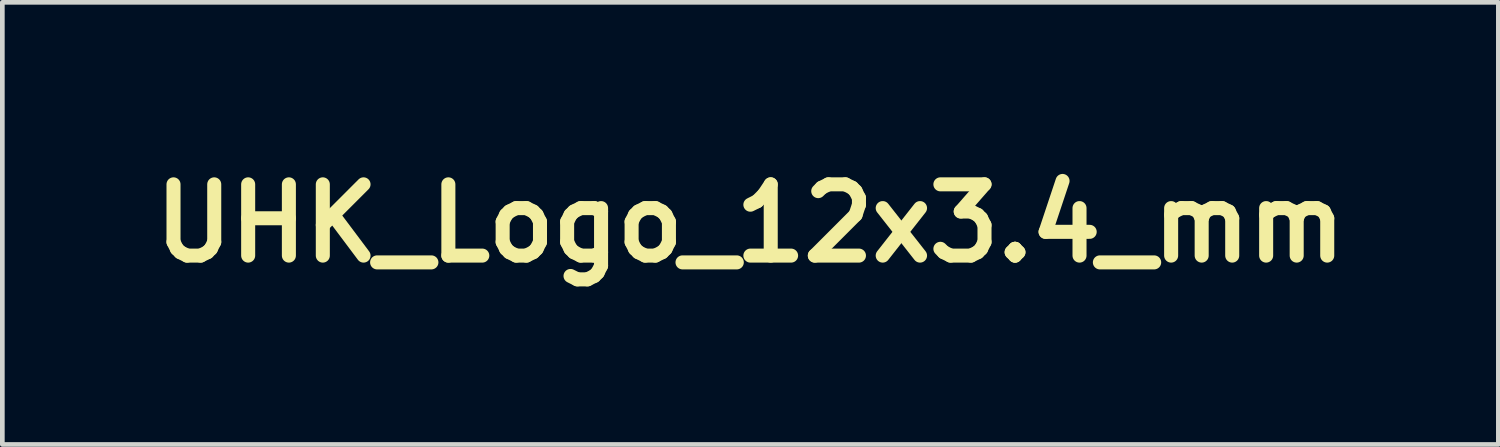
<source format=kicad_pcb>
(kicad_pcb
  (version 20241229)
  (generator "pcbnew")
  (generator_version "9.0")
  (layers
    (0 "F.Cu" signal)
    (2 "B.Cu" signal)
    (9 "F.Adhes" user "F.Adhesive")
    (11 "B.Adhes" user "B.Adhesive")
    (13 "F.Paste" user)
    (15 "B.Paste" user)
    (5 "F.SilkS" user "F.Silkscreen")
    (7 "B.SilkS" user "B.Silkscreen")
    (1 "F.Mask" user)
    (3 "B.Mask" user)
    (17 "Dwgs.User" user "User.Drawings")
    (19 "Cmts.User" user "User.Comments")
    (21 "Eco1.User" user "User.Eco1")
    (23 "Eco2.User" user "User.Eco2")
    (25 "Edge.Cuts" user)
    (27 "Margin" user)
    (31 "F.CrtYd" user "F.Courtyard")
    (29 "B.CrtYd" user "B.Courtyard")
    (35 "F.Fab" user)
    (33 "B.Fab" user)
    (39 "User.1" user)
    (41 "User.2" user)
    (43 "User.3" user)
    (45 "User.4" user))
  (footprint "UHK_Logo_12x3.4_mm"
    (layer "F.Cu")
    (at 12.998 1.727)
    (property "Reference" "UHK_Logo_12x3.4_mm" (at 0 0 0) (layer "F.SilkS") (effects (font (size 1.524 1.524) (thickness 0.3))))
    (attr exclude_from_pos_files exclude_from_bom)
    (fp_poly (pts (xy 2.517 -0.878) (xy 2.388 -0.878) (xy 2.388 -1.475) (xy 2.517 -1.475) (xy 2.517 -0.878)) (stroke (width 0.01) (type solid)) (fill yes) (layer "F.Mask"))
    (fp_poly (pts (xy 2.528 -1.557) (xy 2.376 -1.557) (xy 2.376 -1.721) (xy 2.528 -1.721) (xy 2.528 -1.557)) (stroke (width 0.01) (type solid)) (fill yes) (layer "F.Mask"))
    (fp_poly (pts (xy 3.675 0.328) (xy 3.558 0.328) (xy 3.558 -0.281) (xy 3.675 -0.281) (xy 3.675 0.328)) (stroke (width 0.01) (type solid)) (fill yes) (layer "F.Mask"))
    (fp_poly (pts (xy 3.687 -0.363) (xy 3.535 -0.363) (xy 3.535 -0.515) (xy 3.687 -0.515) (xy 3.687 -0.363)) (stroke (width 0.01) (type solid)) (fill yes) (layer "F.Mask"))
    (fp_poly (pts (xy 1.887 -1.718) (xy 1.949 -1.715) (xy 1.955 -0.878) (xy 1.826 -0.878) (xy 1.826 -1.722) (xy 1.887 -1.718)) (stroke (width 0.01) (type solid)) (fill yes) (layer "F.Mask"))
    (fp_poly (pts (xy 1.206 -0.187) (xy 1.557 -0.187) (xy 1.557 -0.515) (xy 1.686 -0.515) (xy 1.686 0.328) (xy 1.557 0.328) (xy 1.557 -0.059) (xy 1.206 -0.059) (xy 1.206 0.328) (xy 1.077 0.328) (xy 1.077 -0.515) (xy 1.206 -0.515) (xy 1.206 -0.187)) (stroke (width 0.01) (type solid)) (fill yes) (layer "F.Mask"))
    (fp_poly (pts (xy 5.373 1.042) (xy 5.315 1.042) (xy 5.284 1.042) (xy 5.261 1.046) (xy 5.244 1.056) (xy 5.233 1.074) (xy 5.226 1.104) (xy 5.222 1.149) (xy 5.221 1.211) (xy 5.22 1.294) (xy 5.22 1.522) (xy 5.103 1.522) (xy 5.103 1.281) (xy 5.104 1.187) (xy 5.106 1.115) (xy 5.11 1.06) (xy 5.116 1.019) (xy 5.127 0.99) (xy 5.141 0.969) (xy 5.16 0.954) (xy 5.179 0.943) (xy 5.217 0.932) (xy 5.269 0.925) (xy 5.295 0.925) (xy 5.373 0.925) (xy 5.373 1.042)) (stroke (width 0.01) (type solid)) (fill yes) (layer "F.Mask"))
    (fp_poly (pts (xy 3.011 -1.475) (xy 3.091 -1.473) (xy 3.153 -1.47) (xy 3.2 -1.465) (xy 3.234 -1.457) (xy 3.259 -1.446) (xy 3.277 -1.431) (xy 3.291 -1.411) (xy 3.302 -1.388) (xy 3.31 -1.368) (xy 3.315 -1.345) (xy 3.319 -1.316) (xy 3.322 -1.275) (xy 3.323 -1.22) (xy 3.324 -1.147) (xy 3.324 -1.109) (xy 3.324 -0.878) (xy 3.196 -0.878) (xy 3.19 -1.34) (xy 3.032 -1.347) (xy 3.032 -0.878) (xy 2.915 -0.878) (xy 2.915 -1.346) (xy 2.751 -1.346) (xy 2.751 -0.878) (xy 2.622 -0.878) (xy 2.622 -1.475) (xy 2.91 -1.475) (xy 3.011 -1.475)) (stroke (width 0.01) (type solid)) (fill yes) (layer "F.Mask"))
    (fp_poly (pts (xy 3.093 -0.307) (xy 3.096 -0.099) (xy 3.191 -0.191) (xy 3.286 -0.282) (xy 3.378 -0.279) (xy 3.469 -0.275) (xy 3.303 -0.129) (xy 3.251 -0.083) (xy 3.206 -0.042) (xy 3.17 -0.009) (xy 3.146 0.014) (xy 3.137 0.024) (xy 3.137 0.024) (xy 3.145 0.034) (xy 3.169 0.056) (xy 3.204 0.089) (xy 3.249 0.13) (xy 3.301 0.175) (xy 3.303 0.177) (xy 3.468 0.322) (xy 3.378 0.325) (xy 3.288 0.329) (xy 3.192 0.239) (xy 3.096 0.15) (xy 3.09 0.236) (xy 3.084 0.322) (xy 2.961 0.329) (xy 2.961 -0.515) (xy 3.09 -0.515) (xy 3.093 -0.307)) (stroke (width 0.01) (type solid)) (fill yes) (layer "F.Mask"))
    (fp_poly (pts (xy 4.012 -0.279) (xy 4.105 -0.277) (xy 4.178 -0.273) (xy 4.235 -0.265) (xy 4.277 -0.25) (xy 4.306 -0.226) (xy 4.325 -0.19) (xy 4.336 -0.139) (xy 4.341 -0.072) (xy 4.343 0.014) (xy 4.343 0.087) (xy 4.343 0.328) (xy 4.227 0.328) (xy 4.223 0.099) (xy 4.222 0.018) (xy 4.22 -0.043) (xy 4.217 -0.086) (xy 4.214 -0.115) (xy 4.209 -0.132) (xy 4.203 -0.14) (xy 4.202 -0.141) (xy 4.184 -0.145) (xy 4.148 -0.149) (xy 4.099 -0.151) (xy 4.047 -0.152) (xy 3.909 -0.152) (xy 3.909 0.328) (xy 3.792 0.328) (xy 3.792 -0.283) (xy 4.012 -0.279)) (stroke (width 0.01) (type solid)) (fill yes) (layer "F.Mask"))
    (fp_poly (pts (xy 2.201 -1.475) (xy 2.306 -1.475) (xy 2.306 -1.346) (xy 2.201 -1.346) (xy 2.201 -0.878) (xy 2.084 -0.878) (xy 2.084 -1.111) (xy 2.083 -1.19) (xy 2.083 -1.249) (xy 2.082 -1.291) (xy 2.079 -1.319) (xy 2.076 -1.335) (xy 2.071 -1.344) (xy 2.063 -1.348) (xy 2.06 -1.349) (xy 2.046 -1.357) (xy 2.039 -1.374) (xy 2.037 -1.408) (xy 2.037 -1.415) (xy 2.038 -1.451) (xy 2.043 -1.469) (xy 2.054 -1.475) (xy 2.06 -1.475) (xy 2.07 -1.477) (xy 2.077 -1.485) (xy 2.081 -1.504) (xy 2.084 -1.537) (xy 2.086 -1.59) (xy 2.086 -1.595) (xy 2.089 -1.715) (xy 2.145 -1.718) (xy 2.201 -1.722) (xy 2.201 -1.475)) (stroke (width 0.01) (type solid)) (fill yes) (layer "F.Mask"))
    (fp_poly (pts (xy 4.214 -1.475) (xy 4.319 -1.475) (xy 4.319 -1.346) (xy 4.214 -1.346) (xy 4.214 -0.878) (xy 4.097 -0.878) (xy 4.097 -1.111) (xy 4.097 -1.19) (xy 4.096 -1.249) (xy 4.095 -1.291) (xy 4.093 -1.319) (xy 4.089 -1.335) (xy 4.084 -1.344) (xy 4.077 -1.348) (xy 4.073 -1.349) (xy 4.059 -1.357) (xy 4.052 -1.374) (xy 4.05 -1.408) (xy 4.05 -1.415) (xy 4.051 -1.451) (xy 4.056 -1.469) (xy 4.067 -1.475) (xy 4.073 -1.475) (xy 4.083 -1.477) (xy 4.09 -1.485) (xy 4.095 -1.504) (xy 4.097 -1.537) (xy 4.099 -1.59) (xy 4.099 -1.595) (xy 4.103 -1.715) (xy 4.158 -1.718) (xy 4.214 -1.722) (xy 4.214 -1.475)) (stroke (width 0.01) (type solid)) (fill yes) (layer "F.Mask"))
    (fp_poly (pts (xy 1.206 0.831) (xy 1.206 0.888) (xy 1.208 0.935) (xy 1.211 0.968) (xy 1.214 0.982) (xy 1.214 0.983) (xy 1.226 0.976) (xy 1.253 0.956) (xy 1.292 0.927) (xy 1.342 0.889) (xy 1.398 0.845) (xy 1.416 0.831) (xy 1.609 0.679) (xy 1.706 0.679) (xy 1.75 0.679) (xy 1.784 0.681) (xy 1.801 0.682) (xy 1.803 0.683) (xy 1.794 0.691) (xy 1.768 0.711) (xy 1.729 0.742) (xy 1.678 0.781) (xy 1.618 0.827) (xy 1.55 0.879) (xy 1.534 0.891) (xy 1.465 0.943) (xy 1.403 0.991) (xy 1.349 1.033) (xy 1.307 1.066) (xy 1.278 1.09) (xy 1.265 1.101) (xy 1.265 1.102) (xy 1.274 1.111) (xy 1.299 1.132) (xy 1.338 1.164) (xy 1.389 1.204) (xy 1.449 1.25) (xy 1.516 1.302) (xy 1.53 1.313) (xy 1.797 1.516) (xy 1.7 1.519) (xy 1.603 1.523) (xy 1.407 1.371) (xy 1.211 1.219) (xy 1.208 1.37) (xy 1.205 1.522) (xy 1.077 1.522) (xy 1.077 0.679) (xy 1.206 0.679) (xy 1.206 0.831)) (stroke (width 0.01) (type solid)) (fill yes) (layer "F.Mask"))
    (fp_poly (pts (xy 2.879 -0.152) (xy 2.73 -0.152) (xy 2.655 -0.151) (xy 2.602 -0.148) (xy 2.572 -0.142) (xy 2.566 -0.138) (xy 2.559 -0.12) (xy 2.554 -0.079) (xy 2.552 -0.017) (xy 2.552 0.03) (xy 2.552 0.095) (xy 2.554 0.139) (xy 2.557 0.168) (xy 2.561 0.184) (xy 2.569 0.191) (xy 2.57 0.192) (xy 2.589 0.195) (xy 2.625 0.197) (xy 2.675 0.198) (xy 2.732 0.199) (xy 2.734 0.199) (xy 2.879 0.199) (xy 2.879 0.328) (xy 2.719 0.327) (xy 2.648 0.327) (xy 2.597 0.325) (xy 2.559 0.32) (xy 2.531 0.314) (xy 2.511 0.306) (xy 2.483 0.292) (xy 2.463 0.275) (xy 2.448 0.253) (xy 2.438 0.221) (xy 2.432 0.177) (xy 2.43 0.116) (xy 2.429 0.037) (xy 2.429 0.023) (xy 2.429 -0.057) (xy 2.431 -0.118) (xy 2.436 -0.163) (xy 2.444 -0.195) (xy 2.456 -0.219) (xy 2.473 -0.236) (xy 2.496 -0.252) (xy 2.497 -0.253) (xy 2.516 -0.262) (xy 2.539 -0.268) (xy 2.571 -0.273) (xy 2.617 -0.276) (xy 2.681 -0.278) (xy 2.707 -0.279) (xy 2.879 -0.283) (xy 2.879 -0.152)) (stroke (width 0.01) (type solid)) (fill yes) (layer "F.Mask"))
    (fp_poly (pts (xy 2.622 1.146) (xy 2.622 1.231) (xy 2.623 1.294) (xy 2.627 1.34) (xy 2.637 1.371) (xy 2.653 1.39) (xy 2.679 1.4) (xy 2.716 1.404) (xy 2.766 1.405) (xy 2.8 1.405) (xy 2.926 1.405) (xy 2.926 0.925) (xy 3.055 0.925) (xy 3.055 1.255) (xy 3.055 1.354) (xy 3.054 1.432) (xy 3.053 1.492) (xy 3.051 1.537) (xy 3.049 1.571) (xy 3.045 1.595) (xy 3.04 1.612) (xy 3.035 1.626) (xy 3.016 1.658) (xy 2.994 1.682) (xy 2.967 1.698) (xy 2.928 1.708) (xy 2.875 1.714) (xy 2.802 1.718) (xy 2.798 1.718) (xy 2.645 1.724) (xy 2.645 1.592) (xy 2.772 1.592) (xy 2.836 1.591) (xy 2.88 1.587) (xy 2.907 1.579) (xy 2.921 1.567) (xy 2.926 1.548) (xy 2.926 1.544) (xy 2.924 1.536) (xy 2.915 1.53) (xy 2.896 1.526) (xy 2.864 1.523) (xy 2.814 1.521) (xy 2.757 1.52) (xy 2.587 1.516) (xy 2.55 1.479) (xy 2.533 1.459) (xy 2.519 1.435) (xy 2.509 1.406) (xy 2.502 1.367) (xy 2.498 1.315) (xy 2.495 1.247) (xy 2.494 1.16) (xy 2.494 1.127) (xy 2.493 0.925) (xy 2.622 0.925) (xy 2.622 1.146)) (stroke (width 0.01) (type solid)) (fill yes) (layer "F.Mask"))
    (fp_poly (pts (xy 3.277 1.382) (xy 3.31 1.394) (xy 3.339 1.401) (xy 3.382 1.404) (xy 3.431 1.404) (xy 3.481 1.401) (xy 3.525 1.396) (xy 3.557 1.389) (xy 3.57 1.381) (xy 3.575 1.363) (xy 3.578 1.327) (xy 3.581 1.278) (xy 3.582 1.22) (xy 3.582 1.215) (xy 3.581 1.148) (xy 3.579 1.101) (xy 3.57 1.07) (xy 3.553 1.053) (xy 3.523 1.044) (xy 3.478 1.042) (xy 3.425 1.042) (xy 3.313 1.042) (xy 3.313 0.925) (xy 3.454 0.925) (xy 3.53 0.926) (xy 3.59 0.932) (xy 3.634 0.944) (xy 3.665 0.966) (xy 3.685 1.001) (xy 3.697 1.05) (xy 3.703 1.117) (xy 3.705 1.205) (xy 3.705 1.223) (xy 3.704 1.314) (xy 3.699 1.385) (xy 3.687 1.437) (xy 3.668 1.474) (xy 3.636 1.499) (xy 3.592 1.513) (xy 3.531 1.52) (xy 3.451 1.521) (xy 3.428 1.521) (xy 3.357 1.521) (xy 3.306 1.518) (xy 3.269 1.513) (xy 3.243 1.506) (xy 3.232 1.502) (xy 3.192 1.469) (xy 3.171 1.435) (xy 3.165 1.419) (xy 3.16 1.401) (xy 3.156 1.377) (xy 3.153 1.346) (xy 3.151 1.303) (xy 3.15 1.247) (xy 3.149 1.174) (xy 3.149 1.082) (xy 3.149 1.033) (xy 3.149 0.679) (xy 3.277 0.679) (xy 3.277 1.382)) (stroke (width 0.01) (type solid)) (fill yes) (layer "F.Mask"))
    (fp_poly (pts (xy 4.705 0.927) (xy 4.916 0.931) (xy 4.954 0.969) (xy 4.992 1.007) (xy 4.996 1.209) (xy 4.997 1.283) (xy 4.997 1.338) (xy 4.995 1.377) (xy 4.992 1.404) (xy 4.987 1.424) (xy 4.98 1.44) (xy 4.975 1.449) (xy 4.954 1.476) (xy 4.928 1.496) (xy 4.892 1.509) (xy 4.844 1.517) (xy 4.778 1.521) (xy 4.72 1.522) (xy 4.653 1.521) (xy 4.603 1.518) (xy 4.568 1.514) (xy 4.542 1.506) (xy 4.53 1.501) (xy 4.49 1.469) (xy 4.463 1.423) (xy 4.449 1.369) (xy 4.448 1.311) (xy 4.461 1.257) (xy 4.488 1.211) (xy 4.514 1.188) (xy 4.533 1.178) (xy 4.558 1.17) (xy 4.593 1.166) (xy 4.644 1.162) (xy 4.691 1.161) (xy 4.834 1.156) (xy 4.834 1.288) (xy 4.711 1.288) (xy 4.656 1.288) (xy 4.62 1.289) (xy 4.598 1.293) (xy 4.586 1.299) (xy 4.58 1.31) (xy 4.578 1.314) (xy 4.572 1.342) (xy 4.574 1.358) (xy 4.586 1.379) (xy 4.606 1.393) (xy 4.639 1.401) (xy 4.689 1.404) (xy 4.725 1.405) (xy 4.784 1.404) (xy 4.825 1.399) (xy 4.853 1.387) (xy 4.87 1.365) (xy 4.878 1.328) (xy 4.881 1.274) (xy 4.881 1.219) (xy 4.881 1.157) (xy 4.879 1.111) (xy 4.871 1.079) (xy 4.854 1.059) (xy 4.826 1.048) (xy 4.783 1.043) (xy 4.722 1.042) (xy 4.666 1.042) (xy 4.495 1.042) (xy 4.495 0.923) (xy 4.705 0.927)) (stroke (width 0.01) (type solid)) (fill yes) (layer "F.Mask"))
    (fp_poly (pts (xy 1.732 -1.367) (xy 1.731 -1.257) (xy 1.73 -1.167) (xy 1.728 -1.096) (xy 1.725 -1.041) (xy 1.72 -0.999) (xy 1.713 -0.968) (xy 1.704 -0.945) (xy 1.691 -0.928) (xy 1.676 -0.914) (xy 1.663 -0.905) (xy 1.648 -0.895) (xy 1.632 -0.888) (xy 1.612 -0.884) (xy 1.584 -0.881) (xy 1.544 -0.879) (xy 1.488 -0.878) (xy 1.413 -0.878) (xy 1.405 -0.878) (xy 1.327 -0.878) (xy 1.27 -0.879) (xy 1.229 -0.88) (xy 1.199 -0.883) (xy 1.178 -0.888) (xy 1.162 -0.894) (xy 1.147 -0.904) (xy 1.146 -0.905) (xy 1.128 -0.918) (xy 1.114 -0.932) (xy 1.102 -0.951) (xy 1.094 -0.976) (xy 1.087 -1.011) (xy 1.083 -1.056) (xy 1.08 -1.116) (xy 1.079 -1.193) (xy 1.078 -1.289) (xy 1.078 -1.367) (xy 1.077 -1.722) (xy 1.138 -1.718) (xy 1.2 -1.715) (xy 1.203 -1.369) (xy 1.204 -1.27) (xy 1.205 -1.19) (xy 1.206 -1.13) (xy 1.208 -1.085) (xy 1.211 -1.053) (xy 1.214 -1.032) (xy 1.218 -1.019) (xy 1.224 -1.011) (xy 1.225 -1.01) (xy 1.246 -1.003) (xy 1.287 -0.998) (xy 1.349 -0.995) (xy 1.405 -0.995) (xy 1.482 -0.996) (xy 1.537 -0.999) (xy 1.572 -1.005) (xy 1.584 -1.01) (xy 1.589 -1.016) (xy 1.594 -1.027) (xy 1.598 -1.045) (xy 1.6 -1.074) (xy 1.602 -1.114) (xy 1.604 -1.17) (xy 1.605 -1.243) (xy 1.606 -1.337) (xy 1.606 -1.369) (xy 1.609 -1.715) (xy 1.671 -1.718) (xy 1.732 -1.722) (xy 1.732 -1.367)) (stroke (width 0.01) (type solid)) (fill yes) (layer "F.Mask"))
    (fp_poly (pts (xy 2.241 0.926) (xy 2.277 0.928) (xy 2.302 0.932) (xy 2.321 0.938) (xy 2.337 0.947) (xy 2.339 0.948) (xy 2.38 0.987) (xy 2.403 1.04) (xy 2.409 1.108) (xy 2.408 1.125) (xy 2.4 1.178) (xy 2.385 1.218) (xy 2.36 1.246) (xy 2.322 1.265) (xy 2.268 1.277) (xy 2.194 1.284) (xy 2.163 1.285) (xy 2.025 1.29) (xy 2.025 1.159) (xy 2.135 1.159) (xy 2.196 1.158) (xy 2.238 1.156) (xy 2.263 1.15) (xy 2.277 1.139) (xy 2.282 1.122) (xy 2.282 1.105) (xy 2.279 1.079) (xy 2.268 1.061) (xy 2.244 1.05) (xy 2.205 1.044) (xy 2.148 1.042) (xy 2.126 1.042) (xy 2.07 1.042) (xy 2.03 1.046) (xy 2.004 1.056) (xy 1.989 1.076) (xy 1.981 1.11) (xy 1.978 1.16) (xy 1.978 1.223) (xy 1.978 1.287) (xy 1.981 1.333) (xy 1.989 1.366) (xy 2.005 1.386) (xy 2.033 1.398) (xy 2.076 1.403) (xy 2.137 1.405) (xy 2.197 1.405) (xy 2.364 1.405) (xy 2.364 1.522) (xy 2.167 1.522) (xy 2.094 1.521) (xy 2.041 1.521) (xy 2.003 1.519) (xy 1.976 1.515) (xy 1.957 1.51) (xy 1.941 1.502) (xy 1.93 1.495) (xy 1.906 1.478) (xy 1.889 1.459) (xy 1.877 1.437) (xy 1.869 1.407) (xy 1.864 1.365) (xy 1.863 1.308) (xy 1.863 1.232) (xy 1.864 1.209) (xy 1.867 1.007) (xy 1.905 0.969) (xy 1.943 0.931) (xy 2.122 0.927) (xy 2.191 0.926) (xy 2.241 0.926)) (stroke (width 0.01) (type solid)) (fill yes) (layer "F.Mask"))
    (fp_poly (pts (xy 5.937 0.681) (xy 5.999 0.685) (xy 6.002 0.983) (xy 6.004 1.096) (xy 6.004 1.189) (xy 6.003 1.263) (xy 6 1.321) (xy 5.996 1.366) (xy 5.99 1.401) (xy 5.982 1.427) (xy 5.971 1.448) (xy 5.958 1.466) (xy 5.952 1.473) (xy 5.913 1.516) (xy 5.739 1.519) (xy 5.663 1.519) (xy 5.606 1.518) (xy 5.565 1.514) (xy 5.537 1.508) (xy 5.529 1.505) (xy 5.501 1.49) (xy 5.48 1.472) (xy 5.465 1.446) (xy 5.455 1.41) (xy 5.449 1.359) (xy 5.446 1.291) (xy 5.445 1.247) (xy 5.444 1.161) (xy 5.446 1.095) (xy 5.452 1.045) (xy 5.463 1.008) (xy 5.479 0.98) (xy 5.502 0.959) (xy 5.512 0.951) (xy 5.531 0.94) (xy 5.551 0.932) (xy 5.577 0.928) (xy 5.615 0.926) (xy 5.668 0.925) (xy 5.696 0.925) (xy 5.841 0.925) (xy 5.841 1.042) (xy 5.729 1.042) (xy 5.669 1.042) (xy 5.627 1.045) (xy 5.599 1.053) (xy 5.583 1.072) (xy 5.575 1.103) (xy 5.572 1.15) (xy 5.572 1.217) (xy 5.572 1.224) (xy 5.572 1.382) (xy 5.602 1.393) (xy 5.635 1.401) (xy 5.682 1.405) (xy 5.734 1.405) (xy 5.784 1.402) (xy 5.825 1.395) (xy 5.85 1.386) (xy 5.857 1.381) (xy 5.863 1.373) (xy 5.868 1.362) (xy 5.871 1.344) (xy 5.873 1.317) (xy 5.875 1.277) (xy 5.876 1.223) (xy 5.876 1.152) (xy 5.876 1.061) (xy 5.876 1.023) (xy 5.876 0.678) (xy 5.937 0.681)) (stroke (width 0.01) (type solid)) (fill yes) (layer "F.Mask"))
    (fp_poly (pts (xy 4.749 -1.473) (xy 4.816 -1.466) (xy 4.865 -1.453) (xy 4.899 -1.431) (xy 4.921 -1.399) (xy 4.932 -1.356) (xy 4.937 -1.307) (xy 4.938 -1.258) (xy 4.934 -1.224) (xy 4.924 -1.197) (xy 4.916 -1.184) (xy 4.893 -1.155) (xy 4.863 -1.135) (xy 4.823 -1.122) (xy 4.767 -1.114) (xy 4.693 -1.112) (xy 4.682 -1.112) (xy 4.553 -1.112) (xy 4.553 -1.241) (xy 4.676 -1.241) (xy 4.731 -1.241) (xy 4.768 -1.242) (xy 4.79 -1.246) (xy 4.802 -1.253) (xy 4.81 -1.263) (xy 4.812 -1.269) (xy 4.819 -1.3) (xy 4.811 -1.322) (xy 4.804 -1.332) (xy 4.794 -1.339) (xy 4.776 -1.343) (xy 4.745 -1.345) (xy 4.699 -1.344) (xy 4.661 -1.344) (xy 4.524 -1.34) (xy 4.521 -1.184) (xy 4.52 -1.106) (xy 4.522 -1.052) (xy 4.527 -1.02) (xy 4.531 -1.011) (xy 4.542 -1.004) (xy 4.565 -1) (xy 4.602 -0.997) (xy 4.657 -0.995) (xy 4.719 -0.995) (xy 4.893 -0.995) (xy 4.893 -0.878) (xy 4.697 -0.878) (xy 4.607 -0.879) (xy 4.539 -0.882) (xy 4.494 -0.887) (xy 4.472 -0.893) (xy 4.445 -0.912) (xy 4.42 -0.94) (xy 4.42 -0.94) (xy 4.41 -0.955) (xy 4.404 -0.972) (xy 4.399 -0.996) (xy 4.396 -1.03) (xy 4.394 -1.079) (xy 4.392 -1.147) (xy 4.392 -1.163) (xy 4.392 -1.256) (xy 4.396 -1.329) (xy 4.406 -1.384) (xy 4.426 -1.423) (xy 4.456 -1.449) (xy 4.5 -1.464) (xy 4.559 -1.472) (xy 4.636 -1.475) (xy 4.662 -1.475) (xy 4.749 -1.473)) (stroke (width 0.01) (type solid)) (fill yes) (layer "F.Mask"))
    (fp_poly (pts (xy 2.017 -0.279) (xy 2.098 -0.277) (xy 2.16 -0.274) (xy 2.206 -0.268) (xy 2.239 -0.26) (xy 2.264 -0.247) (xy 2.283 -0.229) (xy 2.301 -0.205) (xy 2.303 -0.202) (xy 2.311 -0.187) (xy 2.316 -0.167) (xy 2.32 -0.139) (xy 2.322 -0.098) (xy 2.323 -0.04) (xy 2.323 0.023) (xy 2.323 0.098) (xy 2.322 0.152) (xy 2.319 0.191) (xy 2.315 0.218) (xy 2.31 0.237) (xy 2.303 0.249) (xy 2.282 0.277) (xy 2.259 0.297) (xy 2.23 0.31) (xy 2.19 0.318) (xy 2.135 0.322) (xy 2.066 0.324) (xy 2.006 0.325) (xy 1.951 0.323) (xy 1.908 0.32) (xy 1.881 0.317) (xy 1.88 0.316) (xy 1.83 0.289) (xy 1.794 0.247) (xy 1.774 0.193) (xy 1.769 0.131) (xy 1.783 0.067) (xy 1.791 0.049) (xy 1.809 0.017) (xy 1.832 -0.005) (xy 1.864 -0.021) (xy 1.908 -0.03) (xy 1.969 -0.034) (xy 2.03 -0.035) (xy 2.165 -0.035) (xy 2.165 0.082) (xy 2.053 0.082) (xy 1.989 0.083) (xy 1.944 0.088) (xy 1.915 0.098) (xy 1.901 0.114) (xy 1.896 0.137) (xy 1.896 0.139) (xy 1.899 0.163) (xy 1.908 0.18) (xy 1.928 0.191) (xy 1.963 0.197) (xy 2.015 0.199) (xy 2.048 0.199) (xy 2.115 0.198) (xy 2.161 0.193) (xy 2.185 0.186) (xy 2.187 0.185) (xy 2.194 0.166) (xy 2.198 0.124) (xy 2.2 0.06) (xy 2.201 0.023) (xy 2.199 -0.051) (xy 2.196 -0.103) (xy 2.19 -0.132) (xy 2.187 -0.138) (xy 2.17 -0.144) (xy 2.134 -0.149) (xy 2.077 -0.151) (xy 1.998 -0.152) (xy 1.993 -0.152) (xy 1.814 -0.152) (xy 1.814 -0.283) (xy 2.017 -0.279)) (stroke (width 0.01) (type solid)) (fill yes) (layer "F.Mask"))
    (fp_poly (pts (xy 4.163 0.926) (xy 4.228 0.93) (xy 4.277 0.941) (xy 4.311 0.962) (xy 4.333 0.993) (xy 4.346 1.04) (xy 4.352 1.103) (xy 4.354 1.187) (xy 4.354 1.219) (xy 4.354 1.299) (xy 4.351 1.359) (xy 4.347 1.403) (xy 4.339 1.435) (xy 4.326 1.459) (xy 4.309 1.478) (xy 4.285 1.495) (xy 4.267 1.506) (xy 4.248 1.513) (xy 4.224 1.518) (xy 4.189 1.52) (xy 4.139 1.521) (xy 4.086 1.522) (xy 4.017 1.521) (xy 3.966 1.519) (xy 3.93 1.515) (xy 3.903 1.508) (xy 3.886 1.501) (xy 3.857 1.484) (xy 3.836 1.462) (xy 3.821 1.431) (xy 3.812 1.389) (xy 3.806 1.332) (xy 3.804 1.257) (xy 3.804 1.226) (xy 3.804 1.218) (xy 3.933 1.218) (xy 3.933 1.223) (xy 3.933 1.287) (xy 3.935 1.332) (xy 3.937 1.362) (xy 3.942 1.379) (xy 3.949 1.389) (xy 3.953 1.392) (xy 3.979 1.399) (xy 4.021 1.404) (xy 4.071 1.405) (xy 4.123 1.403) (xy 4.169 1.398) (xy 4.202 1.391) (xy 4.211 1.386) (xy 4.222 1.377) (xy 4.229 1.365) (xy 4.234 1.346) (xy 4.236 1.315) (xy 4.237 1.268) (xy 4.237 1.223) (xy 4.237 1.155) (xy 4.234 1.106) (xy 4.226 1.074) (xy 4.209 1.055) (xy 4.182 1.045) (xy 4.141 1.042) (xy 4.089 1.042) (xy 4.03 1.042) (xy 3.988 1.045) (xy 3.96 1.054) (xy 3.944 1.072) (xy 3.936 1.103) (xy 3.933 1.151) (xy 3.933 1.218) (xy 3.804 1.218) (xy 3.805 1.134) (xy 3.811 1.063) (xy 3.822 1.01) (xy 3.843 0.973) (xy 3.874 0.948) (xy 3.919 0.934) (xy 3.981 0.927) (xy 4.06 0.925) (xy 4.077 0.925) (xy 4.163 0.926)) (stroke (width 0.01) (type solid)) (fill yes) (layer "F.Mask"))
    (fp_poly (pts (xy 3.733 -1.474) (xy 3.799 -1.471) (xy 3.848 -1.465) (xy 3.884 -1.455) (xy 3.91 -1.44) (xy 3.929 -1.419) (xy 3.945 -1.391) (xy 3.946 -1.388) (xy 3.955 -1.364) (xy 3.961 -1.336) (xy 3.965 -1.298) (xy 3.967 -1.247) (xy 3.967 -1.177) (xy 3.967 -1.176) (xy 3.966 -1.094) (xy 3.962 -1.032) (xy 3.954 -0.986) (xy 3.942 -0.952) (xy 3.925 -0.926) (xy 3.901 -0.906) (xy 3.899 -0.905) (xy 3.882 -0.894) (xy 3.864 -0.887) (xy 3.84 -0.882) (xy 3.807 -0.879) (xy 3.759 -0.878) (xy 3.693 -0.878) (xy 3.688 -0.878) (xy 3.619 -0.878) (xy 3.569 -0.88) (xy 3.533 -0.883) (xy 3.508 -0.888) (xy 3.489 -0.895) (xy 3.481 -0.9) (xy 3.443 -0.937) (xy 3.42 -0.991) (xy 3.412 -1.063) (xy 3.412 -1.068) (xy 3.416 -1.119) (xy 3.429 -1.155) (xy 3.437 -1.167) (xy 3.46 -1.193) (xy 3.488 -1.212) (xy 3.525 -1.225) (xy 3.575 -1.233) (xy 3.643 -1.238) (xy 3.667 -1.239) (xy 3.804 -1.244) (xy 3.804 -1.112) (xy 3.684 -1.112) (xy 3.622 -1.111) (xy 3.58 -1.107) (xy 3.554 -1.099) (xy 3.54 -1.084) (xy 3.535 -1.063) (xy 3.535 -1.052) (xy 3.539 -1.028) (xy 3.553 -1.011) (xy 3.581 -1.001) (xy 3.626 -0.996) (xy 3.687 -0.995) (xy 3.746 -0.995) (xy 3.787 -0.998) (xy 3.814 -1.008) (xy 3.83 -1.027) (xy 3.837 -1.06) (xy 3.839 -1.11) (xy 3.839 -1.168) (xy 3.838 -1.226) (xy 3.836 -1.275) (xy 3.834 -1.312) (xy 3.83 -1.33) (xy 3.83 -1.331) (xy 3.817 -1.337) (xy 3.785 -1.342) (xy 3.733 -1.346) (xy 3.66 -1.348) (xy 3.64 -1.349) (xy 3.459 -1.352) (xy 3.455 -1.413) (xy 3.452 -1.475) (xy 3.647 -1.475) (xy 3.733 -1.474)) (stroke (width 0.01) (type solid)) (fill yes) (layer "F.Mask"))
    (fp_poly (pts (xy 4.786 -0.275) (xy 4.835 -0.274) (xy 4.869 -0.271) (xy 4.893 -0.267) (xy 4.91 -0.26) (xy 4.924 -0.251) (xy 4.946 -0.233) (xy 4.963 -0.215) (xy 4.976 -0.193) (xy 4.986 -0.165) (xy 4.992 -0.126) (xy 4.995 -0.075) (xy 4.996 -0.009) (xy 4.996 0.077) (xy 4.996 0.135) (xy 4.994 0.224) (xy 4.993 0.293) (xy 4.991 0.345) (xy 4.989 0.382) (xy 4.985 0.409) (xy 4.98 0.427) (xy 4.974 0.441) (xy 4.969 0.449) (xy 4.948 0.475) (xy 4.92 0.493) (xy 4.882 0.505) (xy 4.83 0.512) (xy 4.76 0.515) (xy 4.729 0.515) (xy 4.588 0.515) (xy 4.588 0.398) (xy 4.699 0.398) (xy 4.751 0.397) (xy 4.797 0.394) (xy 4.83 0.389) (xy 4.839 0.387) (xy 4.869 0.375) (xy 4.869 0.126) (xy 4.869 0.033) (xy 4.867 -0.038) (xy 4.865 -0.089) (xy 4.861 -0.121) (xy 4.856 -0.137) (xy 4.855 -0.138) (xy 4.835 -0.145) (xy 4.793 -0.15) (xy 4.73 -0.152) (xy 4.717 -0.152) (xy 4.651 -0.151) (xy 4.605 -0.146) (xy 4.581 -0.14) (xy 4.579 -0.138) (xy 4.572 -0.119) (xy 4.567 -0.077) (xy 4.565 -0.013) (xy 4.565 0.023) (xy 4.566 0.098) (xy 4.57 0.15) (xy 4.576 0.179) (xy 4.579 0.185) (xy 4.599 0.192) (xy 4.641 0.197) (xy 4.703 0.199) (xy 4.714 0.199) (xy 4.834 0.199) (xy 4.834 0.33) (xy 4.69 0.326) (xy 4.619 0.323) (xy 4.566 0.317) (xy 4.528 0.307) (xy 4.499 0.291) (xy 4.477 0.269) (xy 4.463 0.249) (xy 4.455 0.234) (xy 4.449 0.213) (xy 4.445 0.184) (xy 4.443 0.142) (xy 4.442 0.083) (xy 4.442 0.03) (xy 4.443 -0.051) (xy 4.445 -0.112) (xy 4.451 -0.158) (xy 4.46 -0.191) (xy 4.473 -0.216) (xy 4.493 -0.237) (xy 4.51 -0.251) (xy 4.525 -0.26) (xy 4.542 -0.267) (xy 4.566 -0.271) (xy 4.601 -0.274) (xy 4.65 -0.275) (xy 4.717 -0.275) (xy 4.786 -0.275)) (stroke (width 0.01) (type solid)) (fill yes) (layer "F.Mask"))
    (fp_poly (pts (xy 0.035 -1.683) (xy 0.034 -1.653) (xy 0.03 -1.608) (xy 0.024 -1.557) (xy 0.023 -1.545) (xy -0.014 -1.326) (xy -0.069 -1.116) (xy -0.142 -0.916) (xy -0.23 -0.729) (xy -0.317 -0.585) (xy -0.374 -0.508) (xy -0.443 -0.426) (xy -0.521 -0.345) (xy -0.602 -0.268) (xy -0.68 -0.203) (xy -0.734 -0.163) (xy -0.775 -0.136) (xy -0.808 -0.113) (xy -0.827 -0.098) (xy -0.831 -0.094) (xy -0.821 -0.085) (xy -0.797 -0.068) (xy -0.761 -0.045) (xy -0.752 -0.039) (xy -0.624 0.054) (xy -0.502 0.166) (xy -0.389 0.297) (xy -0.287 0.444) (xy -0.196 0.604) (xy -0.119 0.776) (xy -0.111 0.796) (xy -0.083 0.878) (xy -0.056 0.972) (xy -0.03 1.073) (xy -0.007 1.177) (xy 0.012 1.278) (xy 0.026 1.371) (xy 0.034 1.45) (xy 0.035 1.487) (xy 0.035 1.522) (xy -0.433 1.522) (xy -0.433 1.437) (xy -0.444 1.283) (xy -0.473 1.128) (xy -0.519 0.977) (xy -0.58 0.836) (xy -0.654 0.712) (xy -0.708 0.641) (xy -0.775 0.567) (xy -0.849 0.496) (xy -0.922 0.434) (xy -0.966 0.402) (xy -1.092 0.327) (xy -1.233 0.262) (xy -1.384 0.209) (xy -1.536 0.17) (xy -1.683 0.147) (xy -1.712 0.144) (xy -1.814 0.137) (xy -1.814 1.522) (xy -2.282 1.522) (xy -2.282 0.14) (xy -3.675 0.14) (xy -3.675 0.303) (xy -3.685 0.485) (xy -3.713 0.655) (xy -3.759 0.813) (xy -3.822 0.958) (xy -3.902 1.088) (xy -3.998 1.204) (xy -4.11 1.303) (xy -4.236 1.385) (xy -4.377 1.45) (xy -4.501 1.488) (xy -4.566 1.5) (xy -4.648 1.509) (xy -4.74 1.515) (xy -4.836 1.518) (xy -4.929 1.517) (xy -5.013 1.512) (xy -5.078 1.504) (xy -5.218 1.472) (xy -5.342 1.428) (xy -5.454 1.37) (xy -5.558 1.294) (xy -5.642 1.217) (xy -5.737 1.11) (xy -5.816 0.992) (xy -5.88 0.862) (xy -5.931 0.715) (xy -5.962 0.592) (xy -5.966 0.571) (xy -5.97 0.552) (xy -5.973 0.531) (xy -5.976 0.507) (xy -5.978 0.48) (xy -5.98 0.446) (xy -5.982 0.406) (xy -5.983 0.356) (xy -5.984 0.296) (xy -5.985 0.225) (xy -5.986 0.14) (xy -5.986 0.039) (xy -5.987 -0.077) (xy -5.987 -0.212) (xy -5.987 -0.367) (xy -5.987 -0.543) (xy -5.987 -0.62) (xy -5.987 -1.715) (xy -5.756 -1.718) (xy -5.525 -1.721) (xy -5.522 -0.618) (xy -5.521 -0.428) (xy -5.521 -0.26) (xy -5.52 -0.112) (xy -5.52 0.017) (xy -5.519 0.129) (xy -5.518 0.224) (xy -5.516 0.306) (xy -5.514 0.375) (xy -5.511 0.433) (xy -5.507 0.481) (xy -5.503 0.521) (xy -5.498 0.554) (xy -5.491 0.583) (xy -5.484 0.607) (xy -5.475 0.63) (xy -5.465 0.653) (xy -5.453 0.676) (xy -5.44 0.702) (xy -5.436 0.711) (xy -5.374 0.813) (xy -5.295 0.899) (xy -5.2 0.968) (xy -5.091 1.019) (xy -5.032 1.038) (xy -4.964 1.05) (xy -4.883 1.057) (xy -4.796 1.057) (xy -4.712 1.052) (xy -4.64 1.041) (xy -4.624 1.037) (xy -4.508 0.995) (xy -4.407 0.936) (xy -4.322 0.86) (xy -4.252 0.766) (xy -4.198 0.657) (xy -4.187 0.63) (xy -4.177 0.604) (xy -4.169 0.579) (xy -4.162 0.552) (xy -4.155 0.522) (xy -4.15 0.488) (xy -4.146 0.447) (xy -4.142 0.399) (xy -4.139 0.341) (xy -4.137 0.272) (xy -4.135 0.191) (xy -4.134 0.096) (xy -4.133 -0.014) (xy -4.132 -0.141) (xy -4.132 -0.287) (xy -4.132 -0.454) (xy -4.132 -0.642) (xy -4.132 -1.721) (xy -3.675 -1.721) (xy -3.675 -0.328) (xy -2.282 -0.328) (xy -2.282 -1.721) (xy -2.051 -1.718) (xy -1.82 -1.715) (xy -1.817 -1.02) (xy -1.814 -0.325) (xy -1.729 -0.333) (xy -1.547 -0.36) (xy -1.372 -0.405) (xy -1.206 -0.466) (xy -1.052 -0.542) (xy -0.913 -0.632) (xy -0.82 -0.708) (xy -0.735 -0.797) (xy -0.656 -0.904) (xy -0.585 -1.022) (xy -0.528 -1.145) (xy -0.5 -1.224) (xy -0.472 -1.321) (xy -0.453 -1.414) (xy -0.441 -1.514) (xy -0.435 -1.592) (xy -0.427 -1.715) (xy -0.196 -1.718) (xy 0.035 -1.721) (xy 0.035 -1.683)) (stroke (width 0.01) (type solid)) (fill yes) (layer "F.Mask")))
  (gr_rect
    (start -3 -3)
    (end 28.995 6.456)
    (stroke (width 0.1) (type default))
    (fill no)
    (layer "Edge.Cuts")))
</source>
